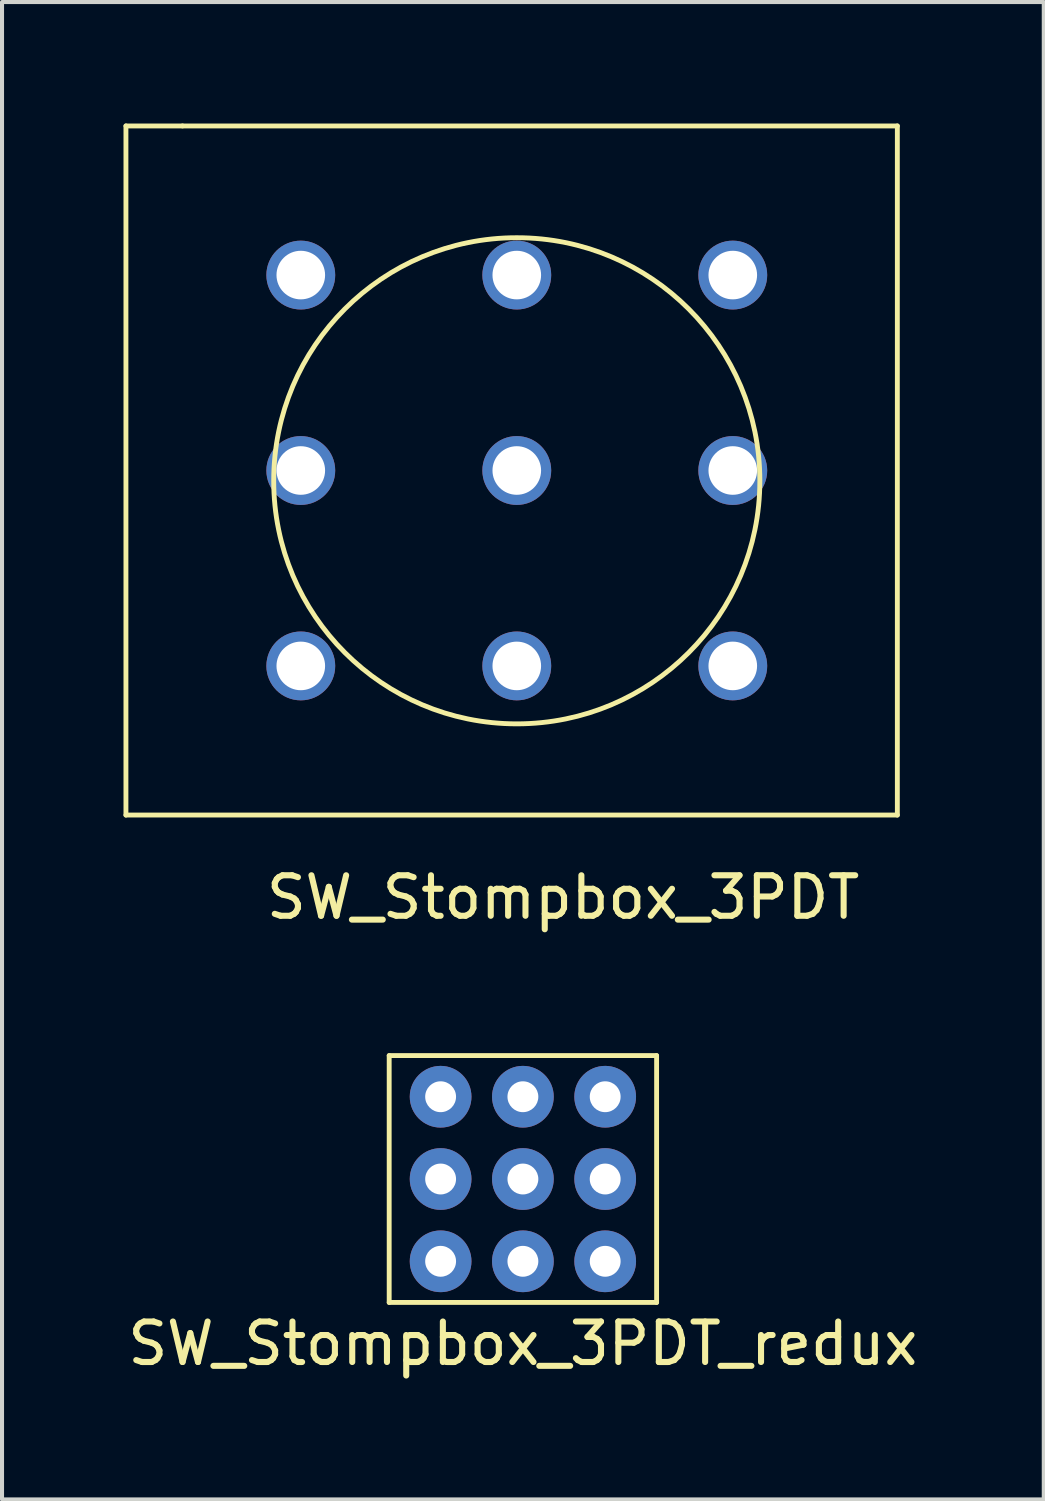
<source format=kicad_pcb>
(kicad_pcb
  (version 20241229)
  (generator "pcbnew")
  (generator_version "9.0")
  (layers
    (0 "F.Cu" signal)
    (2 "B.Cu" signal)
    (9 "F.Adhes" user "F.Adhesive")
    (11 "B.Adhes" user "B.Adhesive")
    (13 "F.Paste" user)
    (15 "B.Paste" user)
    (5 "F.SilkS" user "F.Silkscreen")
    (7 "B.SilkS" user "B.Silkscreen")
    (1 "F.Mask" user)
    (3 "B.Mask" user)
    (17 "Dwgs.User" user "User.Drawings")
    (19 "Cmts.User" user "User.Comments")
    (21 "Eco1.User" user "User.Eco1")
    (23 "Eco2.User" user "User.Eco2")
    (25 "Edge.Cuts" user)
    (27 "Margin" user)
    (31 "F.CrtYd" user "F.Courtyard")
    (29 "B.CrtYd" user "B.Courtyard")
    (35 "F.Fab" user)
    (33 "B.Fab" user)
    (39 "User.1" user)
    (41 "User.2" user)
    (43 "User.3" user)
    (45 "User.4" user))
  (footprint "SW_Stompbox_3PDT_redux"
    (layer "F.Cu")
    (at 9.863 26.066)
    (property "Reference" "SW_Stompbox_3PDT_redux" (at 0 4.064 0) (layer "F.SilkS") (effects (font (size 1 1) (thickness 0.15))))
    (attr through_hole)
    (fp_line (start -3.302 -3.048) (end -3.302 3.048) (stroke (width 0.12) (type solid)) (layer "F.SilkS"))
    (fp_line (start -3.302 -3.048) (end 3.302 -3.048) (stroke (width 0.12) (type solid)) (layer "F.SilkS"))
    (fp_line (start 3.302 -3.048) (end 3.302 3.048) (stroke (width 0.12) (type solid)) (layer "F.SilkS"))
    (fp_line (start 3.302 3.048) (end -3.302 3.048) (stroke (width 0.12) (type solid)) (layer "F.SilkS"))
    (pad "1" thru_hole circle (at -2.032 -2.032) (size 1.524 1.524) (drill 0.762) (layers "*.Cu" "*.Mask"))
    (pad "2" thru_hole circle (at 0 -2.032) (size 1.524 1.524) (drill 0.762) (layers "*.Cu" "*.Mask"))
    (pad "3" thru_hole circle (at 2.032 -2.032) (size 1.524 1.524) (drill 0.762) (layers "*.Cu" "*.Mask"))
    (pad "4" thru_hole circle (at -2.032 0) (size 1.524 1.524) (drill 0.762) (layers "*.Cu" "*.Mask"))
    (pad "5" thru_hole circle (at 0 0) (size 1.524 1.524) (drill 0.762) (layers "*.Cu" "*.Mask"))
    (pad "6" thru_hole circle (at 2.032 0) (size 1.524 1.524) (drill 0.762) (layers "*.Cu" "*.Mask"))
    (pad "7" thru_hole circle (at -2.032 2.032) (size 1.524 1.524) (drill 0.762) (layers "*.Cu" "*.Mask"))
    (pad "8" thru_hole circle (at 0 2.032) (size 1.524 1.524) (drill 0.762) (layers "*.Cu" "*.Mask"))
    (pad "9" thru_hole circle (at 2.032 2.032) (size 1.524 1.524) (drill 0.762) (layers "*.Cu" "*.Mask")))
  (footprint "SW_Stompbox_3PDT"
    (layer "F.Cu")
    (at 10.855 4.505)
    (property "Reference" "SW_Stompbox_3PDT" (at 0 14.605 0) (layer "F.SilkS") (effects (font (size 1 1) (thickness 0.15))))
    (attr through_hole)
    (fp_line (start -10.795 -4.445) (end -10.795 12.573) (stroke (width 0.12) (type solid)) (layer "F.SilkS"))
    (fp_line (start -10.795 -4.445) (end -9.398 -4.445) (stroke (width 0.12) (type solid)) (layer "F.SilkS"))
    (fp_line (start -10.795 12.573) (end 8.255 12.573) (stroke (width 0.12) (type solid)) (layer "F.SilkS"))
    (fp_line (start -9.398 -4.445) (end 8.255 -4.445) (stroke (width 0.12) (type solid)) (layer "F.SilkS"))
    (fp_line (start 8.255 -4.445) (end 8.255 12.573) (stroke (width 0.12) (type solid)) (layer "F.SilkS"))
    (fp_circle (center -1.143 4.318) (end -0.508 -1.651) (stroke (width 0.12) (type solid)) (fill no) (layer "F.SilkS"))
    (pad "1" thru_hole circle (at -6.477 -0.762) (size 1.7 1.7) (drill 1.2) (layers "*.Cu" "*.Mask"))
    (pad "2" thru_hole circle (at -1.143 -0.762) (size 1.7 1.7) (drill 1.2) (layers "*.Cu" "*.Mask"))
    (pad "3" thru_hole circle (at 4.191 -0.762) (size 1.7 1.7) (drill 1.2) (layers "*.Cu" "*.Mask"))
    (pad "4" thru_hole circle (at -6.477 4.064) (size 1.7 1.7) (drill 1.2) (layers "*.Cu" "*.Mask"))
    (pad "5" thru_hole circle (at -1.143 4.064) (size 1.7 1.7) (drill 1.2) (layers "*.Cu" "*.Mask"))
    (pad "6" thru_hole circle (at 4.191 4.064) (size 1.7 1.7) (drill 1.2) (layers "*.Cu" "*.Mask"))
    (pad "7" thru_hole circle (at -6.477 8.89) (size 1.7 1.7) (drill 1.2) (layers "*.Cu" "*.Mask"))
    (pad "8" thru_hole circle (at -1.143 8.89) (size 1.7 1.7) (drill 1.2) (layers "*.Cu" "*.Mask"))
    (pad "9" thru_hole circle (at 4.191 8.89) (size 1.7 1.7) (drill 1.2) (layers "*.Cu" "*.Mask")))
  (gr_rect
    (start -3 -3)
    (end 22.726 33.978)
    (stroke (width 0.1) (type default))
    (fill no)
    (layer "Edge.Cuts")))
</source>
